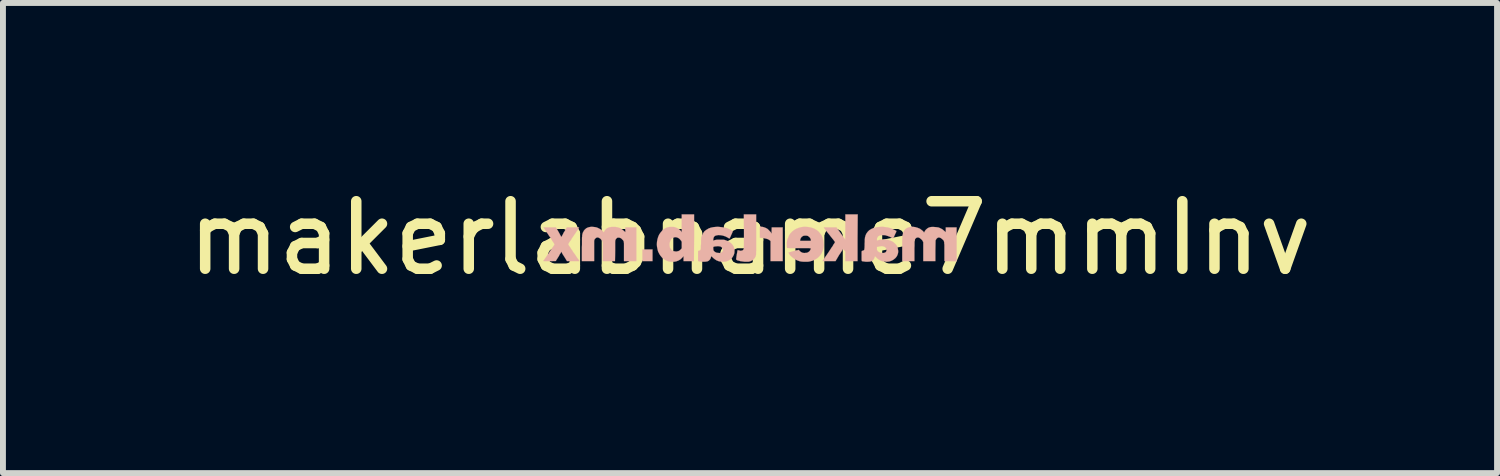
<source format=kicad_pcb>
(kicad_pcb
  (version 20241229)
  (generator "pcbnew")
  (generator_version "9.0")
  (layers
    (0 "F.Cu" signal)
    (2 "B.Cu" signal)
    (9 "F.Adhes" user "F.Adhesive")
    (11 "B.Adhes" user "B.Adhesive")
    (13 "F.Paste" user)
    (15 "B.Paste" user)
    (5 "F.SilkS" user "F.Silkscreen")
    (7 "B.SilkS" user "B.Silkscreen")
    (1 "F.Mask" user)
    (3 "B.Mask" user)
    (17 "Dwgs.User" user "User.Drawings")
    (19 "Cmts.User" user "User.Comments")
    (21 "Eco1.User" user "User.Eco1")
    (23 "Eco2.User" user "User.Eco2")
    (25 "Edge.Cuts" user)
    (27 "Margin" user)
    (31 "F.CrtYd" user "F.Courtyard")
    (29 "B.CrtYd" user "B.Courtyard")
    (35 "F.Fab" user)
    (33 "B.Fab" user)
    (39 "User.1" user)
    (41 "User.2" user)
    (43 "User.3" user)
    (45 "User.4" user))
  (footprint "makerlabname7mmInv"
    (layer "F.Cu")
    (at 9.65 0.981)
    (property "Reference" "makerlabname7mmInv" (at 0 0 0) (layer "F.SilkS") (effects (font (size 1.143 1.143) (thickness 0.178))))
    (attr through_hole)
    (fp_poly (pts (xy -1.821 0.391) (xy -1.737 0.391) (xy -1.651 0.391) (xy -1.651 0.292) (xy -1.651 0.193) (xy -1.737 0.193) (xy -1.821 0.193) (xy -1.821 0.292) (xy -1.821 0.391)) (stroke (width 0.003) (type solid)) (fill yes) (layer "B.SilkS"))
    (fp_poly (pts (xy 0.168 -0.005) (xy 0.201 -0.003) (xy 0.239 0.003) (xy 0.272 0.01) (xy 0.3 0.018) (xy 0.323 0.03) (xy 0.338 0.041) (xy 0.348 0.051) (xy 0.348 0.221) (xy 0.348 0.391) (xy 0.452 0.391) (xy 0.554 0.391) (xy 0.554 0.104) (xy 0.554 -0.18) (xy 0.46 -0.18) (xy 0.368 -0.18) (xy 0.366 -0.127) (xy 0.366 -0.074) (xy 0.351 -0.099) (xy 0.325 -0.127) (xy 0.3 -0.152) (xy 0.269 -0.17) (xy 0.236 -0.183) (xy 0.216 -0.188) (xy 0.201 -0.191) (xy 0.188 -0.191) (xy 0.178 -0.191) (xy 0.168 -0.188) (xy 0.168 -0.097) (xy 0.168 -0.005)) (stroke (width 0.003) (type solid)) (fill yes) (layer "B.SilkS"))
    (fp_poly (pts (xy 1.227 0.391) (xy 1.336 0.391) (xy 1.448 0.391) (xy 1.506 0.292) (xy 1.521 0.269) (xy 1.537 0.246) (xy 1.549 0.226) (xy 1.56 0.211) (xy 1.567 0.198) (xy 1.57 0.191) (xy 1.572 0.188) (xy 1.575 0.188) (xy 1.58 0.191) (xy 1.59 0.201) (xy 1.595 0.206) (xy 1.615 0.226) (xy 1.615 0.31) (xy 1.615 0.391) (xy 1.72 0.391) (xy 1.821 0.391) (xy 1.821 -0.005) (xy 1.824 -0.401) (xy 1.72 -0.401) (xy 1.615 -0.401) (xy 1.615 -0.185) (xy 1.613 0.028) (xy 1.539 -0.076) (xy 1.463 -0.18) (xy 1.356 -0.18) (xy 1.328 -0.18) (xy 1.306 -0.18) (xy 1.283 -0.18) (xy 1.267 -0.18) (xy 1.255 -0.18) (xy 1.25 -0.178) (xy 1.252 -0.175) (xy 1.257 -0.168) (xy 1.267 -0.155) (xy 1.28 -0.137) (xy 1.295 -0.117) (xy 1.313 -0.094) (xy 1.333 -0.069) (xy 1.344 -0.056) (xy 1.364 -0.03) (xy 1.382 -0.008) (xy 1.4 0.015) (xy 1.415 0.033) (xy 1.425 0.048) (xy 1.435 0.061) (xy 1.44 0.066) (xy 1.44 0.069) (xy 1.438 0.071) (xy 1.433 0.081) (xy 1.425 0.094) (xy 1.412 0.112) (xy 1.4 0.135) (xy 1.382 0.16) (xy 1.364 0.188) (xy 1.344 0.218) (xy 1.336 0.231) (xy 1.227 0.391)) (stroke (width 0.003) (type solid)) (fill yes) (layer "B.SilkS"))
    (fp_poly (pts (xy -0.234 0.358) (xy -0.231 0.366) (xy -0.226 0.371) (xy -0.221 0.373) (xy -0.211 0.378) (xy -0.198 0.381) (xy -0.196 0.381) (xy -0.163 0.391) (xy -0.127 0.396) (xy -0.091 0.401) (xy -0.058 0.401) (xy -0.028 0.401) (xy -0.015 0.399) (xy 0.003 0.394) (xy 0.025 0.384) (xy 0.043 0.373) (xy 0.053 0.368) (xy 0.069 0.351) (xy 0.084 0.33) (xy 0.097 0.305) (xy 0.097 0.302) (xy 0.097 0.297) (xy 0.099 0.295) (xy 0.099 0.29) (xy 0.102 0.282) (xy 0.102 0.274) (xy 0.102 0.264) (xy 0.102 0.251) (xy 0.102 0.234) (xy 0.104 0.213) (xy 0.104 0.191) (xy 0.104 0.16) (xy 0.104 0.127) (xy 0.104 0.086) (xy 0.104 0.043) (xy 0.104 -0.01) (xy 0.104 -0.058) (xy 0.104 -0.401) (xy 0 -0.401) (xy -0.104 -0.401) (xy -0.102 -0.119) (xy -0.102 -0.058) (xy -0.102 -0.003) (xy -0.102 0.046) (xy -0.102 0.086) (xy -0.102 0.119) (xy -0.104 0.145) (xy -0.104 0.163) (xy -0.104 0.175) (xy -0.104 0.178) (xy -0.112 0.196) (xy -0.124 0.208) (xy -0.142 0.213) (xy -0.163 0.216) (xy -0.178 0.211) (xy -0.191 0.208) (xy -0.201 0.206) (xy -0.206 0.206) (xy -0.208 0.206) (xy -0.211 0.211) (xy -0.213 0.218) (xy -0.216 0.234) (xy -0.218 0.251) (xy -0.224 0.277) (xy -0.224 0.284) (xy -0.229 0.31) (xy -0.231 0.33) (xy -0.234 0.345) (xy -0.234 0.358)) (stroke (width 0.003) (type solid)) (fill yes) (layer "B.SilkS"))
    (fp_poly (pts (xy -1.577 0.109) (xy -1.575 0.142) (xy -1.567 0.185) (xy -1.557 0.226) (xy -1.539 0.262) (xy -1.521 0.292) (xy -1.496 0.323) (xy -1.471 0.348) (xy -1.44 0.368) (xy -1.427 0.376) (xy -1.41 0.384) (xy -1.389 0.391) (xy -1.374 0.396) (xy -1.369 0.396) (xy -1.364 0.396) (xy -1.364 0.109) (xy -1.364 0.094) (xy -1.361 0.081) (xy -1.359 0.071) (xy -1.356 0.061) (xy -1.351 0.051) (xy -1.341 0.03) (xy -1.331 0.015) (xy -1.318 0.003) (xy -1.303 -0.005) (xy -1.28 -0.013) (xy -1.257 -0.015) (xy -1.234 -0.01) (xy -1.212 0) (xy -1.189 0.018) (xy -1.171 0.041) (xy -1.168 0.041) (xy -1.156 0.064) (xy -1.156 0.117) (xy -1.156 0.173) (xy -1.171 0.191) (xy -1.189 0.208) (xy -1.212 0.221) (xy -1.237 0.226) (xy -1.252 0.229) (xy -1.267 0.226) (xy -1.283 0.224) (xy -1.293 0.224) (xy -1.313 0.213) (xy -1.331 0.198) (xy -1.346 0.178) (xy -1.354 0.168) (xy -1.359 0.157) (xy -1.361 0.147) (xy -1.361 0.137) (xy -1.364 0.122) (xy -1.364 0.109) (xy -1.364 0.396) (xy -1.344 0.401) (xy -1.313 0.401) (xy -1.283 0.401) (xy -1.255 0.396) (xy -1.247 0.394) (xy -1.212 0.381) (xy -1.181 0.363) (xy -1.153 0.338) (xy -1.135 0.318) (xy -1.125 0.305) (xy -1.125 0.348) (xy -1.125 0.391) (xy -1.036 0.391) (xy -0.95 0.391) (xy -0.947 -0.005) (xy -0.947 -0.401) (xy -1.052 -0.401) (xy -1.156 -0.401) (xy -1.156 -0.249) (xy -1.156 -0.097) (xy -1.168 -0.117) (xy -1.191 -0.14) (xy -1.217 -0.16) (xy -1.25 -0.175) (xy -1.278 -0.185) (xy -1.295 -0.188) (xy -1.318 -0.188) (xy -1.344 -0.188) (xy -1.367 -0.188) (xy -1.384 -0.183) (xy -1.389 -0.183) (xy -1.425 -0.17) (xy -1.458 -0.15) (xy -1.488 -0.124) (xy -1.514 -0.094) (xy -1.537 -0.061) (xy -1.554 -0.023) (xy -1.567 0.02) (xy -1.575 0.064) (xy -1.577 0.109)) (stroke (width 0.003) (type solid)) (fill yes) (layer "B.SilkS"))
    (fp_poly (pts (xy 2.578 0.391) (xy 2.682 0.391) (xy 2.784 0.391) (xy 2.784 0.218) (xy 2.784 0.17) (xy 2.786 0.132) (xy 2.786 0.099) (xy 2.786 0.074) (xy 2.786 0.053) (xy 2.789 0.041) (xy 2.789 0.033) (xy 2.797 0.015) (xy 2.809 0.003) (xy 2.824 -0.008) (xy 2.842 -0.01) (xy 2.85 -0.01) (xy 2.87 -0.003) (xy 2.891 0.013) (xy 2.908 0.028) (xy 2.924 0.048) (xy 2.924 0.051) (xy 2.934 0.069) (xy 2.934 0.229) (xy 2.934 0.391) (xy 3.035 0.391) (xy 3.139 0.391) (xy 3.139 0.216) (xy 3.142 0.041) (xy 3.15 0.025) (xy 3.162 0.008) (xy 3.178 -0.005) (xy 3.193 -0.01) (xy 3.213 -0.008) (xy 3.231 0) (xy 3.251 0.015) (xy 3.256 0.018) (xy 3.264 0.028) (xy 3.272 0.033) (xy 3.277 0.041) (xy 3.282 0.048) (xy 3.284 0.056) (xy 3.287 0.066) (xy 3.289 0.079) (xy 3.289 0.094) (xy 3.292 0.114) (xy 3.292 0.14) (xy 3.292 0.17) (xy 3.292 0.206) (xy 3.292 0.231) (xy 3.292 0.391) (xy 3.396 0.391) (xy 3.498 0.394) (xy 3.498 0.107) (xy 3.498 -0.18) (xy 3.406 -0.18) (xy 3.315 -0.18) (xy 3.315 -0.14) (xy 3.315 -0.099) (xy 3.289 -0.122) (xy 3.259 -0.147) (xy 3.226 -0.165) (xy 3.19 -0.18) (xy 3.147 -0.185) (xy 3.109 -0.188) (xy 3.078 -0.188) (xy 3.053 -0.185) (xy 3.03 -0.178) (xy 3.01 -0.168) (xy 3 -0.16) (xy 2.99 -0.152) (xy 2.977 -0.14) (xy 2.967 -0.127) (xy 2.959 -0.114) (xy 2.954 -0.104) (xy 2.951 -0.099) (xy 2.949 -0.094) (xy 2.944 -0.097) (xy 2.941 -0.102) (xy 2.934 -0.112) (xy 2.924 -0.122) (xy 2.911 -0.132) (xy 2.898 -0.142) (xy 2.885 -0.152) (xy 2.878 -0.157) (xy 2.84 -0.173) (xy 2.799 -0.185) (xy 2.756 -0.191) (xy 2.718 -0.188) (xy 2.685 -0.18) (xy 2.657 -0.168) (xy 2.631 -0.15) (xy 2.611 -0.124) (xy 2.601 -0.107) (xy 2.598 -0.097) (xy 2.593 -0.089) (xy 2.591 -0.079) (xy 2.588 -0.069) (xy 2.586 -0.058) (xy 2.583 -0.043) (xy 2.581 -0.028) (xy 2.581 -0.008) (xy 2.581 0.015) (xy 2.578 0.043) (xy 2.578 0.076) (xy 2.578 0.114) (xy 2.578 0.157) (xy 2.578 0.183) (xy 2.578 0.391)) (stroke (width 0.003) (type solid)) (fill yes) (layer "B.SilkS"))
    (fp_poly (pts (xy -3.498 0.389) (xy -3.495 0.389) (xy -3.485 0.391) (xy -3.47 0.391) (xy -3.449 0.391) (xy -3.426 0.391) (xy -3.401 0.391) (xy -3.393 0.391) (xy -3.289 0.389) (xy -3.249 0.325) (xy -3.236 0.305) (xy -3.226 0.284) (xy -3.216 0.267) (xy -3.205 0.254) (xy -3.203 0.246) (xy -3.2 0.244) (xy -3.195 0.231) (xy -3.185 0.246) (xy -3.183 0.254) (xy -3.175 0.269) (xy -3.165 0.284) (xy -3.152 0.305) (xy -3.139 0.325) (xy -3.137 0.328) (xy -3.099 0.391) (xy -2.995 0.391) (xy -2.967 0.391) (xy -2.944 0.391) (xy -2.924 0.391) (xy -2.906 0.391) (xy -2.896 0.391) (xy -2.891 0.389) (xy -2.891 0.386) (xy -2.898 0.378) (xy -2.906 0.363) (xy -2.918 0.348) (xy -2.934 0.325) (xy -2.949 0.302) (xy -2.967 0.274) (xy -2.987 0.249) (xy -3.01 0.213) (xy -3.033 0.18) (xy -3.048 0.155) (xy -3.063 0.135) (xy -3.073 0.117) (xy -3.078 0.107) (xy -3.081 0.102) (xy -3.078 0.099) (xy -3.071 0.089) (xy -3.063 0.074) (xy -3.051 0.056) (xy -3.035 0.036) (xy -3.02 0.01) (xy -3.002 -0.018) (xy -2.985 -0.041) (xy -2.967 -0.069) (xy -2.949 -0.094) (xy -2.934 -0.119) (xy -2.918 -0.14) (xy -2.908 -0.157) (xy -2.901 -0.17) (xy -2.896 -0.178) (xy -2.893 -0.18) (xy -2.898 -0.18) (xy -2.906 -0.18) (xy -2.921 -0.18) (xy -2.941 -0.18) (xy -2.964 -0.18) (xy -2.992 -0.18) (xy -2.997 -0.18) (xy -3.101 -0.18) (xy -3.119 -0.15) (xy -3.127 -0.137) (xy -3.137 -0.119) (xy -3.15 -0.099) (xy -3.162 -0.079) (xy -3.165 -0.069) (xy -3.195 -0.018) (xy -3.203 -0.03) (xy -3.205 -0.038) (xy -3.213 -0.051) (xy -3.221 -0.066) (xy -3.231 -0.086) (xy -3.244 -0.107) (xy -3.246 -0.112) (xy -3.287 -0.18) (xy -3.391 -0.18) (xy -3.416 -0.18) (xy -3.442 -0.18) (xy -3.462 -0.18) (xy -3.477 -0.18) (xy -3.49 -0.18) (xy -3.495 -0.18) (xy -3.493 -0.175) (xy -3.487 -0.168) (xy -3.477 -0.155) (xy -3.467 -0.137) (xy -3.452 -0.114) (xy -3.437 -0.091) (xy -3.419 -0.064) (xy -3.401 -0.036) (xy -3.378 -0.005) (xy -3.36 0.025) (xy -3.345 0.051) (xy -3.33 0.071) (xy -3.32 0.089) (xy -3.312 0.102) (xy -3.31 0.109) (xy -3.312 0.114) (xy -3.317 0.122) (xy -3.327 0.137) (xy -3.34 0.155) (xy -3.353 0.175) (xy -3.371 0.201) (xy -3.388 0.226) (xy -3.404 0.251) (xy -3.424 0.279) (xy -3.442 0.305) (xy -3.457 0.328) (xy -3.472 0.348) (xy -3.482 0.366) (xy -3.493 0.378) (xy -3.498 0.386) (xy -3.498 0.389)) (stroke (width 0.003) (type solid)) (fill yes) (layer "B.SilkS"))
    (fp_poly (pts (xy 0.625 0.112) (xy 0.625 0.13) (xy 0.625 0.145) (xy 0.627 0.157) (xy 0.627 0.165) (xy 0.63 0.168) (xy 0.638 0.168) (xy 0.648 0.168) (xy 0.663 0.17) (xy 0.686 0.17) (xy 0.711 0.17) (xy 0.744 0.17) (xy 0.782 0.17) (xy 0.828 0.17) (xy 0.831 0.17) (xy 0.848 0.17) (xy 0.848 0.048) (xy 0.848 0.038) (xy 0.851 0.025) (xy 0.856 0.01) (xy 0.864 -0.005) (xy 0.871 -0.015) (xy 0.886 -0.028) (xy 0.904 -0.038) (xy 0.925 -0.041) (xy 0.94 -0.041) (xy 0.958 -0.041) (xy 0.97 -0.038) (xy 0.98 -0.036) (xy 0.983 -0.033) (xy 0.998 -0.023) (xy 1.013 -0.008) (xy 1.024 0.01) (xy 1.031 0.028) (xy 1.031 0.038) (xy 1.031 0.048) (xy 0.94 0.048) (xy 0.848 0.048) (xy 0.848 0.17) (xy 0.874 0.17) (xy 0.909 0.17) (xy 0.94 0.17) (xy 0.965 0.17) (xy 0.986 0.17) (xy 1.001 0.17) (xy 1.013 0.173) (xy 1.021 0.173) (xy 1.026 0.175) (xy 1.029 0.178) (xy 1.029 0.18) (xy 1.029 0.185) (xy 1.026 0.191) (xy 1.024 0.196) (xy 1.013 0.216) (xy 0.998 0.231) (xy 0.978 0.244) (xy 0.953 0.251) (xy 0.935 0.251) (xy 0.917 0.254) (xy 0.904 0.251) (xy 0.892 0.249) (xy 0.881 0.246) (xy 0.869 0.239) (xy 0.853 0.229) (xy 0.841 0.218) (xy 0.833 0.208) (xy 0.828 0.203) (xy 0.828 0.201) (xy 0.823 0.201) (xy 0.815 0.203) (xy 0.805 0.206) (xy 0.787 0.208) (xy 0.767 0.213) (xy 0.739 0.221) (xy 0.653 0.246) (xy 0.658 0.257) (xy 0.676 0.287) (xy 0.701 0.312) (xy 0.732 0.338) (xy 0.765 0.361) (xy 0.8 0.378) (xy 0.838 0.391) (xy 0.859 0.396) (xy 0.884 0.399) (xy 0.912 0.401) (xy 0.942 0.401) (xy 0.97 0.401) (xy 0.996 0.399) (xy 1.011 0.396) (xy 1.057 0.384) (xy 1.097 0.366) (xy 1.135 0.343) (xy 1.168 0.315) (xy 1.196 0.282) (xy 1.217 0.246) (xy 1.234 0.206) (xy 1.245 0.163) (xy 1.25 0.117) (xy 1.247 0.091) (xy 1.242 0.043) (xy 1.229 -0.003) (xy 1.212 -0.043) (xy 1.186 -0.079) (xy 1.158 -0.112) (xy 1.125 -0.137) (xy 1.085 -0.16) (xy 1.044 -0.175) (xy 0.996 -0.185) (xy 0.973 -0.188) (xy 0.919 -0.191) (xy 0.871 -0.185) (xy 0.826 -0.173) (xy 0.785 -0.157) (xy 0.747 -0.135) (xy 0.714 -0.109) (xy 0.683 -0.076) (xy 0.66 -0.041) (xy 0.643 0.003) (xy 0.632 0.028) (xy 0.63 0.043) (xy 0.627 0.058) (xy 0.625 0.074) (xy 0.625 0.091) (xy 0.625 0.112)) (stroke (width 0.003) (type solid)) (fill yes) (layer "B.SilkS"))
    (fp_poly (pts (xy -2.847 0.391) (xy -2.743 0.391) (xy -2.639 0.391) (xy -2.639 0.218) (xy -2.639 0.17) (xy -2.639 0.132) (xy -2.639 0.099) (xy -2.639 0.074) (xy -2.639 0.053) (xy -2.637 0.041) (xy -2.637 0.033) (xy -2.626 0.015) (xy -2.614 0.003) (xy -2.598 -0.008) (xy -2.583 -0.01) (xy -2.573 -0.01) (xy -2.555 -0.003) (xy -2.535 0.01) (xy -2.517 0.028) (xy -2.502 0.046) (xy -2.499 0.053) (xy -2.497 0.056) (xy -2.497 0.061) (xy -2.494 0.064) (xy -2.494 0.071) (xy -2.492 0.079) (xy -2.492 0.091) (xy -2.492 0.107) (xy -2.492 0.127) (xy -2.492 0.152) (xy -2.492 0.183) (xy -2.492 0.218) (xy -2.492 0.229) (xy -2.492 0.391) (xy -2.388 0.391) (xy -2.286 0.391) (xy -2.283 0.216) (xy -2.283 0.175) (xy -2.283 0.142) (xy -2.283 0.114) (xy -2.283 0.094) (xy -2.283 0.076) (xy -2.283 0.061) (xy -2.281 0.051) (xy -2.281 0.043) (xy -2.281 0.038) (xy -2.278 0.033) (xy -2.276 0.028) (xy -2.276 0.025) (xy -2.263 0.008) (xy -2.248 -0.005) (xy -2.233 -0.008) (xy -2.212 -0.008) (xy -2.207 -0.005) (xy -2.192 0) (xy -2.179 0.008) (xy -2.167 0.02) (xy -2.159 0.028) (xy -2.154 0.033) (xy -2.146 0.041) (xy -2.144 0.048) (xy -2.139 0.056) (xy -2.136 0.064) (xy -2.136 0.076) (xy -2.134 0.091) (xy -2.134 0.112) (xy -2.134 0.135) (xy -2.134 0.165) (xy -2.134 0.201) (xy -2.134 0.229) (xy -2.134 0.391) (xy -2.029 0.391) (xy -1.925 0.391) (xy -1.925 0.104) (xy -1.925 -0.18) (xy -2.019 -0.18) (xy -2.111 -0.18) (xy -2.111 -0.14) (xy -2.111 -0.099) (xy -2.136 -0.122) (xy -2.167 -0.147) (xy -2.2 -0.168) (xy -2.238 -0.18) (xy -2.278 -0.188) (xy -2.314 -0.188) (xy -2.347 -0.188) (xy -2.375 -0.183) (xy -2.4 -0.175) (xy -2.421 -0.165) (xy -2.441 -0.147) (xy -2.443 -0.145) (xy -2.454 -0.132) (xy -2.464 -0.119) (xy -2.466 -0.112) (xy -2.471 -0.102) (xy -2.477 -0.097) (xy -2.477 -0.094) (xy -2.479 -0.097) (xy -2.484 -0.104) (xy -2.487 -0.107) (xy -2.502 -0.124) (xy -2.522 -0.142) (xy -2.548 -0.157) (xy -2.573 -0.17) (xy -2.598 -0.18) (xy -2.621 -0.185) (xy -2.649 -0.188) (xy -2.68 -0.191) (xy -2.705 -0.188) (xy -2.708 -0.188) (xy -2.741 -0.18) (xy -2.769 -0.168) (xy -2.794 -0.147) (xy -2.814 -0.124) (xy -2.822 -0.107) (xy -2.827 -0.099) (xy -2.832 -0.089) (xy -2.835 -0.079) (xy -2.837 -0.069) (xy -2.84 -0.058) (xy -2.842 -0.043) (xy -2.842 -0.028) (xy -2.845 -0.008) (xy -2.845 0.015) (xy -2.845 0.043) (xy -2.845 0.076) (xy -2.845 0.114) (xy -2.847 0.16) (xy -2.847 0.183) (xy -2.847 0.391)) (stroke (width 0.003) (type solid)) (fill yes) (layer "B.SilkS"))
    (fp_poly (pts (xy -0.879 0.305) (xy -0.879 0.33) (xy -0.879 0.353) (xy -0.879 0.368) (xy -0.879 0.378) (xy -0.879 0.386) (xy -0.876 0.389) (xy -0.876 0.391) (xy -0.874 0.391) (xy -0.861 0.394) (xy -0.846 0.396) (xy -0.826 0.399) (xy -0.805 0.401) (xy -0.787 0.401) (xy -0.78 0.401) (xy -0.747 0.399) (xy -0.719 0.394) (xy -0.699 0.384) (xy -0.681 0.366) (xy -0.668 0.345) (xy -0.66 0.32) (xy -0.655 0.305) (xy -0.627 0.333) (xy -0.622 0.338) (xy -0.622 0.175) (xy -0.622 0.15) (xy -0.597 0.142) (xy -0.569 0.14) (xy -0.544 0.137) (xy -0.521 0.14) (xy -0.503 0.142) (xy -0.485 0.152) (xy -0.47 0.165) (xy -0.46 0.18) (xy -0.457 0.198) (xy -0.457 0.213) (xy -0.465 0.229) (xy -0.478 0.241) (xy -0.485 0.246) (xy -0.5 0.251) (xy -0.518 0.254) (xy -0.541 0.251) (xy -0.561 0.249) (xy -0.564 0.249) (xy -0.582 0.241) (xy -0.599 0.231) (xy -0.612 0.218) (xy -0.617 0.211) (xy -0.62 0.198) (xy -0.622 0.183) (xy -0.622 0.175) (xy -0.622 0.338) (xy -0.597 0.358) (xy -0.566 0.378) (xy -0.533 0.391) (xy -0.516 0.396) (xy -0.493 0.399) (xy -0.467 0.401) (xy -0.442 0.401) (xy -0.422 0.399) (xy -0.406 0.396) (xy -0.371 0.384) (xy -0.34 0.366) (xy -0.312 0.343) (xy -0.292 0.318) (xy -0.274 0.284) (xy -0.264 0.251) (xy -0.264 0.246) (xy -0.262 0.211) (xy -0.267 0.178) (xy -0.277 0.147) (xy -0.295 0.117) (xy -0.318 0.091) (xy -0.345 0.069) (xy -0.378 0.051) (xy -0.417 0.036) (xy -0.427 0.033) (xy -0.437 0.03) (xy -0.45 0.028) (xy -0.462 0.028) (xy -0.48 0.028) (xy -0.503 0.028) (xy -0.508 0.028) (xy -0.533 0.028) (xy -0.554 0.028) (xy -0.572 0.03) (xy -0.587 0.033) (xy -0.599 0.036) (xy -0.615 0.041) (xy -0.617 0.043) (xy -0.62 0.043) (xy -0.622 0.041) (xy -0.622 0.033) (xy -0.622 0.02) (xy -0.617 -0.003) (xy -0.61 -0.02) (xy -0.594 -0.036) (xy -0.577 -0.043) (xy -0.551 -0.048) (xy -0.536 -0.051) (xy -0.495 -0.048) (xy -0.457 -0.041) (xy -0.417 -0.028) (xy -0.378 -0.008) (xy -0.373 -0.005) (xy -0.361 0.003) (xy -0.353 0.005) (xy -0.348 0.008) (xy -0.345 0.005) (xy -0.338 -0.008) (xy -0.33 -0.023) (xy -0.323 -0.041) (xy -0.315 -0.058) (xy -0.307 -0.076) (xy -0.3 -0.091) (xy -0.295 -0.107) (xy -0.292 -0.114) (xy -0.292 -0.117) (xy -0.295 -0.122) (xy -0.305 -0.127) (xy -0.318 -0.135) (xy -0.333 -0.142) (xy -0.351 -0.15) (xy -0.368 -0.157) (xy -0.384 -0.163) (xy -0.384 -0.165) (xy -0.434 -0.178) (xy -0.488 -0.185) (xy -0.544 -0.191) (xy -0.587 -0.188) (xy -0.617 -0.185) (xy -0.645 -0.18) (xy -0.671 -0.173) (xy -0.699 -0.163) (xy -0.709 -0.157) (xy -0.742 -0.137) (xy -0.772 -0.114) (xy -0.792 -0.084) (xy -0.81 -0.051) (xy -0.82 -0.023) (xy -0.823 -0.015) (xy -0.826 -0.003) (xy -0.826 0.013) (xy -0.828 0.033) (xy -0.828 0.058) (xy -0.828 0.089) (xy -0.828 0.094) (xy -0.831 0.127) (xy -0.831 0.152) (xy -0.831 0.17) (xy -0.833 0.185) (xy -0.836 0.196) (xy -0.836 0.198) (xy -0.843 0.206) (xy -0.856 0.213) (xy -0.869 0.216) (xy -0.874 0.218) (xy -0.876 0.218) (xy -0.879 0.221) (xy -0.879 0.229) (xy -0.879 0.236) (xy -0.879 0.251) (xy -0.879 0.269) (xy -0.879 0.295) (xy -0.879 0.305)) (stroke (width 0.003) (type solid)) (fill yes) (layer "B.SilkS"))
    (fp_poly (pts (xy 1.89 0.305) (xy 1.89 0.33) (xy 1.89 0.353) (xy 1.89 0.368) (xy 1.892 0.378) (xy 1.892 0.386) (xy 1.895 0.389) (xy 1.895 0.391) (xy 1.897 0.391) (xy 1.908 0.394) (xy 1.925 0.396) (xy 1.946 0.399) (xy 1.966 0.401) (xy 1.984 0.401) (xy 1.991 0.401) (xy 2.024 0.399) (xy 2.052 0.394) (xy 2.075 0.381) (xy 2.09 0.366) (xy 2.103 0.343) (xy 2.113 0.315) (xy 2.113 0.31) (xy 2.116 0.31) (xy 2.118 0.31) (xy 2.126 0.315) (xy 2.136 0.325) (xy 2.144 0.333) (xy 2.149 0.338) (xy 2.149 0.18) (xy 2.149 0.175) (xy 2.149 0.15) (xy 2.172 0.145) (xy 2.195 0.14) (xy 2.22 0.137) (xy 2.243 0.137) (xy 2.263 0.142) (xy 2.278 0.147) (xy 2.294 0.16) (xy 2.296 0.16) (xy 2.304 0.17) (xy 2.309 0.178) (xy 2.311 0.188) (xy 2.314 0.196) (xy 2.311 0.216) (xy 2.304 0.231) (xy 2.291 0.244) (xy 2.286 0.246) (xy 2.271 0.251) (xy 2.25 0.254) (xy 2.23 0.251) (xy 2.21 0.249) (xy 2.207 0.249) (xy 2.189 0.241) (xy 2.172 0.231) (xy 2.159 0.218) (xy 2.154 0.211) (xy 2.149 0.198) (xy 2.149 0.18) (xy 2.149 0.338) (xy 2.172 0.358) (xy 2.202 0.376) (xy 2.238 0.391) (xy 2.258 0.396) (xy 2.283 0.399) (xy 2.311 0.401) (xy 2.337 0.399) (xy 2.362 0.396) (xy 2.367 0.394) (xy 2.403 0.381) (xy 2.433 0.363) (xy 2.461 0.34) (xy 2.482 0.315) (xy 2.497 0.287) (xy 2.507 0.254) (xy 2.51 0.221) (xy 2.504 0.185) (xy 2.502 0.173) (xy 2.492 0.142) (xy 2.474 0.114) (xy 2.449 0.089) (xy 2.421 0.066) (xy 2.388 0.048) (xy 2.352 0.036) (xy 2.332 0.03) (xy 2.311 0.028) (xy 2.283 0.025) (xy 2.258 0.025) (xy 2.23 0.025) (xy 2.205 0.028) (xy 2.184 0.033) (xy 2.174 0.036) (xy 2.162 0.041) (xy 2.154 0.043) (xy 2.149 0.043) (xy 2.149 0.041) (xy 2.149 0.03) (xy 2.149 0.023) (xy 2.151 0) (xy 2.162 -0.02) (xy 2.174 -0.033) (xy 2.192 -0.043) (xy 2.217 -0.048) (xy 2.248 -0.051) (xy 2.289 -0.048) (xy 2.329 -0.036) (xy 2.372 -0.02) (xy 2.398 -0.005) (xy 2.408 0) (xy 2.418 0.005) (xy 2.421 0.008) (xy 2.423 0.005) (xy 2.428 -0.005) (xy 2.436 -0.018) (xy 2.443 -0.033) (xy 2.451 -0.051) (xy 2.459 -0.069) (xy 2.466 -0.084) (xy 2.474 -0.099) (xy 2.477 -0.109) (xy 2.479 -0.117) (xy 2.477 -0.122) (xy 2.466 -0.127) (xy 2.451 -0.135) (xy 2.436 -0.142) (xy 2.418 -0.15) (xy 2.403 -0.157) (xy 2.388 -0.165) (xy 2.385 -0.165) (xy 2.339 -0.178) (xy 2.291 -0.185) (xy 2.243 -0.191) (xy 2.195 -0.188) (xy 2.149 -0.183) (xy 2.106 -0.175) (xy 2.068 -0.16) (xy 2.052 -0.152) (xy 2.019 -0.132) (xy 1.994 -0.107) (xy 1.971 -0.076) (xy 1.956 -0.043) (xy 1.953 -0.03) (xy 1.951 -0.023) (xy 1.948 -0.013) (xy 1.946 -0.003) (xy 1.946 0.008) (xy 1.943 0.023) (xy 1.943 0.041) (xy 1.943 0.064) (xy 1.941 0.094) (xy 1.941 0.127) (xy 1.941 0.152) (xy 1.938 0.17) (xy 1.938 0.185) (xy 1.935 0.196) (xy 1.935 0.198) (xy 1.928 0.206) (xy 1.915 0.213) (xy 1.902 0.216) (xy 1.897 0.218) (xy 1.895 0.218) (xy 1.892 0.221) (xy 1.892 0.229) (xy 1.89 0.236) (xy 1.89 0.251) (xy 1.89 0.269) (xy 1.89 0.295) (xy 1.89 0.305)) (stroke (width 0.003) (type solid)) (fill yes) (layer "B.SilkS")))
  (gr_rect
    (start -3 -3)
    (end 22.3 4.961)
    (stroke (width 0.1) (type default))
    (fill no)
    (layer "Edge.Cuts")))
</source>
